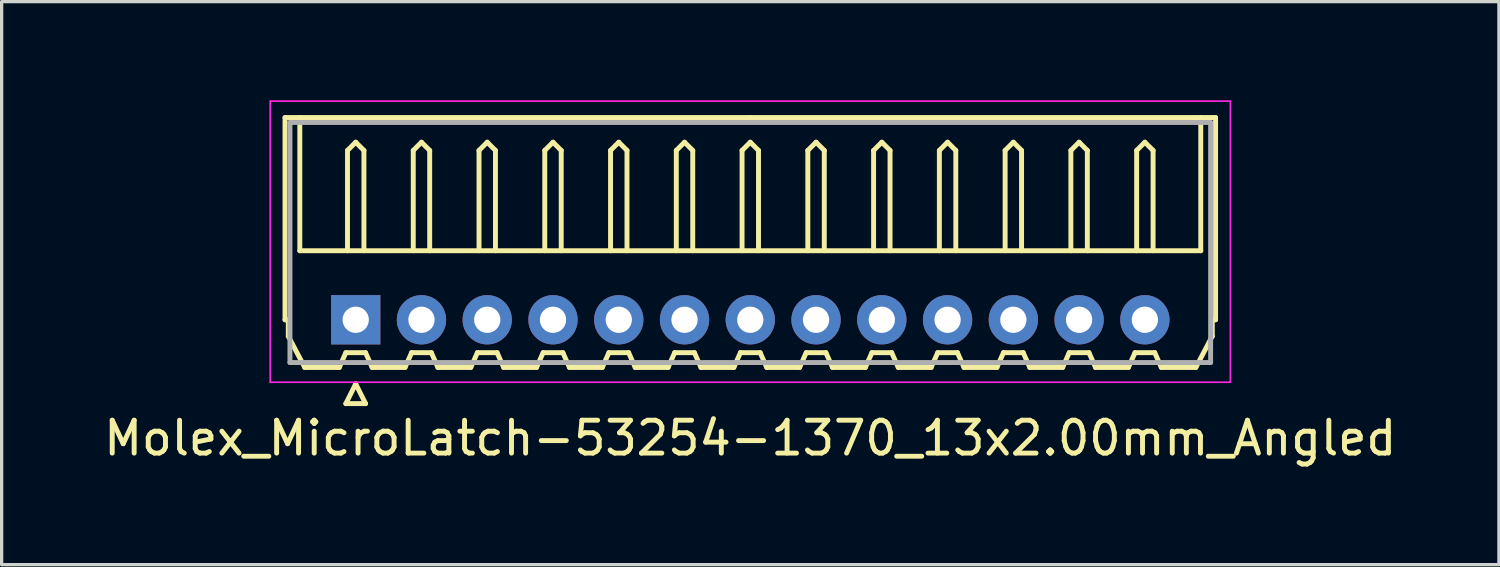
<source format=kicad_pcb>
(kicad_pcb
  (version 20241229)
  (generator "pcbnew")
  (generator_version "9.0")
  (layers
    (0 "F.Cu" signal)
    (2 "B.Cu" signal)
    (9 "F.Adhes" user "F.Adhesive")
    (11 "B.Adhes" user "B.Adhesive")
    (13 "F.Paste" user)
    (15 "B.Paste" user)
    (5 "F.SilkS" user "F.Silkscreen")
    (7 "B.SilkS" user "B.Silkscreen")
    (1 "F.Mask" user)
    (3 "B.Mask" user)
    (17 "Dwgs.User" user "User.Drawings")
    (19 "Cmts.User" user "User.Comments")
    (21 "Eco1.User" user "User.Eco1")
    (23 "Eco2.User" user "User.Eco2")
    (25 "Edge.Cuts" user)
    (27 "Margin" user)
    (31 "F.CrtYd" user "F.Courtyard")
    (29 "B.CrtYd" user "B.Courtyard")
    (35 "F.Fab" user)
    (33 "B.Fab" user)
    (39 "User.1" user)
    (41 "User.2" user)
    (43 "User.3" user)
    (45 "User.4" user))
  (footprint "Molex_MicroLatch-53254-1370_13x2.00mm_Angled"
    (layer "F.Cu")
    (at 7.768 6.675)
    (property "Reference" "Molex_MicroLatch-53254-1370_13x2.00mm_Angled" (at 12 3.6 0) (layer "F.SilkS") (effects (font (size 1 1) (thickness 0.15))))
    (attr through_hole)
    (fp_line (start -2.15 -6.15) (end 12 -6.15) (stroke (width 0.15) (type solid)) (layer "F.SilkS"))
    (fp_line (start -2.15 0) (end -2.15 -6.15) (stroke (width 0.15) (type solid)) (layer "F.SilkS"))
    (fp_line (start -2.05 0) (end -2.15 0) (stroke (width 0.15) (type solid)) (layer "F.SilkS"))
    (fp_line (start -2.05 0.5) (end -2.05 0) (stroke (width 0.15) (type solid)) (layer "F.SilkS"))
    (fp_line (start -1.7 -6.15) (end -1.7 -2.1) (stroke (width 0.15) (type solid)) (layer "F.SilkS"))
    (fp_line (start -1.7 -2.1) (end 25.7 -2.1) (stroke (width 0.15) (type solid)) (layer "F.SilkS"))
    (fp_line (start -1.55 1.45) (end -2.05 0.5) (stroke (width 0.15) (type solid)) (layer "F.SilkS"))
    (fp_line (start -0.5 1.45) (end -1.55 1.45) (stroke (width 0.15) (type solid)) (layer "F.SilkS"))
    (fp_line (start -0.3 1) (end -0.5 1.45) (stroke (width 0.15) (type solid)) (layer "F.SilkS"))
    (fp_line (start -0.3 1) (end 0.3 1) (stroke (width 0.15) (type solid)) (layer "F.SilkS"))
    (fp_line (start -0.3 2.55) (end 0.3 2.55) (stroke (width 0.15) (type solid)) (layer "F.SilkS"))
    (fp_line (start -0.25 -5.15) (end 0 -5.4) (stroke (width 0.15) (type solid)) (layer "F.SilkS"))
    (fp_line (start -0.25 -2.1) (end -0.25 -5.15) (stroke (width 0.15) (type solid)) (layer "F.SilkS"))
    (fp_line (start 0 -5.4) (end 0.25 -5.15) (stroke (width 0.15) (type solid)) (layer "F.SilkS"))
    (fp_line (start 0 1.95) (end -0.3 2.55) (stroke (width 0.15) (type solid)) (layer "F.SilkS"))
    (fp_line (start 0.25 -5.15) (end 0.25 -2.1) (stroke (width 0.15) (type solid)) (layer "F.SilkS"))
    (fp_line (start 0.3 1) (end 0.5 1.45) (stroke (width 0.15) (type solid)) (layer "F.SilkS"))
    (fp_line (start 0.3 2.55) (end 0 1.95) (stroke (width 0.15) (type solid)) (layer "F.SilkS"))
    (fp_line (start 0.5 1.45) (end 1.5 1.45) (stroke (width 0.15) (type solid)) (layer "F.SilkS"))
    (fp_line (start 1.5 1.45) (end 1.7 1) (stroke (width 0.15) (type solid)) (layer "F.SilkS"))
    (fp_line (start 1.7 1) (end 2.3 1) (stroke (width 0.15) (type solid)) (layer "F.SilkS"))
    (fp_line (start 1.75 -5.15) (end 2 -5.4) (stroke (width 0.15) (type solid)) (layer "F.SilkS"))
    (fp_line (start 1.75 -2.1) (end 1.75 -5.15) (stroke (width 0.15) (type solid)) (layer "F.SilkS"))
    (fp_line (start 2 -5.4) (end 2.25 -5.15) (stroke (width 0.15) (type solid)) (layer "F.SilkS"))
    (fp_line (start 2.25 -5.15) (end 2.25 -2.1) (stroke (width 0.15) (type solid)) (layer "F.SilkS"))
    (fp_line (start 2.3 1) (end 2.5 1.45) (stroke (width 0.15) (type solid)) (layer "F.SilkS"))
    (fp_line (start 2.5 1.45) (end 3.5 1.45) (stroke (width 0.15) (type solid)) (layer "F.SilkS"))
    (fp_line (start 3.5 1.45) (end 3.7 1) (stroke (width 0.15) (type solid)) (layer "F.SilkS"))
    (fp_line (start 3.7 1) (end 4.3 1) (stroke (width 0.15) (type solid)) (layer "F.SilkS"))
    (fp_line (start 3.75 -5.15) (end 4 -5.4) (stroke (width 0.15) (type solid)) (layer "F.SilkS"))
    (fp_line (start 3.75 -2.1) (end 3.75 -5.15) (stroke (width 0.15) (type solid)) (layer "F.SilkS"))
    (fp_line (start 4 -5.4) (end 4.25 -5.15) (stroke (width 0.15) (type solid)) (layer "F.SilkS"))
    (fp_line (start 4.25 -5.15) (end 4.25 -2.1) (stroke (width 0.15) (type solid)) (layer "F.SilkS"))
    (fp_line (start 4.3 1) (end 4.5 1.45) (stroke (width 0.15) (type solid)) (layer "F.SilkS"))
    (fp_line (start 4.5 1.45) (end 5.5 1.45) (stroke (width 0.15) (type solid)) (layer "F.SilkS"))
    (fp_line (start 5.5 1.45) (end 5.7 1) (stroke (width 0.15) (type solid)) (layer "F.SilkS"))
    (fp_line (start 5.7 1) (end 6.3 1) (stroke (width 0.15) (type solid)) (layer "F.SilkS"))
    (fp_line (start 5.75 -5.15) (end 6 -5.4) (stroke (width 0.15) (type solid)) (layer "F.SilkS"))
    (fp_line (start 5.75 -2.1) (end 5.75 -5.15) (stroke (width 0.15) (type solid)) (layer "F.SilkS"))
    (fp_line (start 6 -5.4) (end 6.25 -5.15) (stroke (width 0.15) (type solid)) (layer "F.SilkS"))
    (fp_line (start 6.25 -5.15) (end 6.25 -2.1) (stroke (width 0.15) (type solid)) (layer "F.SilkS"))
    (fp_line (start 6.3 1) (end 6.5 1.45) (stroke (width 0.15) (type solid)) (layer "F.SilkS"))
    (fp_line (start 6.5 1.45) (end 7.5 1.45) (stroke (width 0.15) (type solid)) (layer "F.SilkS"))
    (fp_line (start 7.5 1.45) (end 7.7 1) (stroke (width 0.15) (type solid)) (layer "F.SilkS"))
    (fp_line (start 7.7 1) (end 8.3 1) (stroke (width 0.15) (type solid)) (layer "F.SilkS"))
    (fp_line (start 7.75 -5.15) (end 8 -5.4) (stroke (width 0.15) (type solid)) (layer "F.SilkS"))
    (fp_line (start 7.75 -2.1) (end 7.75 -5.15) (stroke (width 0.15) (type solid)) (layer "F.SilkS"))
    (fp_line (start 8 -5.4) (end 8.25 -5.15) (stroke (width 0.15) (type solid)) (layer "F.SilkS"))
    (fp_line (start 8.25 -5.15) (end 8.25 -2.1) (stroke (width 0.15) (type solid)) (layer "F.SilkS"))
    (fp_line (start 8.3 1) (end 8.5 1.45) (stroke (width 0.15) (type solid)) (layer "F.SilkS"))
    (fp_line (start 8.5 1.45) (end 9.5 1.45) (stroke (width 0.15) (type solid)) (layer "F.SilkS"))
    (fp_line (start 9.5 1.45) (end 9.7 1) (stroke (width 0.15) (type solid)) (layer "F.SilkS"))
    (fp_line (start 9.7 1) (end 10.3 1) (stroke (width 0.15) (type solid)) (layer "F.SilkS"))
    (fp_line (start 9.75 -5.15) (end 10 -5.4) (stroke (width 0.15) (type solid)) (layer "F.SilkS"))
    (fp_line (start 9.75 -2.1) (end 9.75 -5.15) (stroke (width 0.15) (type solid)) (layer "F.SilkS"))
    (fp_line (start 10 -5.4) (end 10.25 -5.15) (stroke (width 0.15) (type solid)) (layer "F.SilkS"))
    (fp_line (start 10.25 -5.15) (end 10.25 -2.1) (stroke (width 0.15) (type solid)) (layer "F.SilkS"))
    (fp_line (start 10.3 1) (end 10.5 1.45) (stroke (width 0.15) (type solid)) (layer "F.SilkS"))
    (fp_line (start 10.5 1.45) (end 11.5 1.45) (stroke (width 0.15) (type solid)) (layer "F.SilkS"))
    (fp_line (start 11.5 1.45) (end 11.7 1) (stroke (width 0.15) (type solid)) (layer "F.SilkS"))
    (fp_line (start 11.7 1) (end 12.3 1) (stroke (width 0.15) (type solid)) (layer "F.SilkS"))
    (fp_line (start 11.75 -5.15) (end 12 -5.4) (stroke (width 0.15) (type solid)) (layer "F.SilkS"))
    (fp_line (start 11.75 -2.1) (end 11.75 -5.15) (stroke (width 0.15) (type solid)) (layer "F.SilkS"))
    (fp_line (start 12 -5.4) (end 12.25 -5.15) (stroke (width 0.15) (type solid)) (layer "F.SilkS"))
    (fp_line (start 12.25 -5.15) (end 12.25 -2.1) (stroke (width 0.15) (type solid)) (layer "F.SilkS"))
    (fp_line (start 12.3 1) (end 12.5 1.45) (stroke (width 0.15) (type solid)) (layer "F.SilkS"))
    (fp_line (start 12.5 1.45) (end 13.5 1.45) (stroke (width 0.15) (type solid)) (layer "F.SilkS"))
    (fp_line (start 13.5 1.45) (end 13.7 1) (stroke (width 0.15) (type solid)) (layer "F.SilkS"))
    (fp_line (start 13.7 1) (end 14.3 1) (stroke (width 0.15) (type solid)) (layer "F.SilkS"))
    (fp_line (start 13.75 -5.15) (end 14 -5.4) (stroke (width 0.15) (type solid)) (layer "F.SilkS"))
    (fp_line (start 13.75 -2.1) (end 13.75 -5.15) (stroke (width 0.15) (type solid)) (layer "F.SilkS"))
    (fp_line (start 14 -5.4) (end 14.25 -5.15) (stroke (width 0.15) (type solid)) (layer "F.SilkS"))
    (fp_line (start 14.25 -5.15) (end 14.25 -2.1) (stroke (width 0.15) (type solid)) (layer "F.SilkS"))
    (fp_line (start 14.3 1) (end 14.5 1.45) (stroke (width 0.15) (type solid)) (layer "F.SilkS"))
    (fp_line (start 14.5 1.45) (end 15.5 1.45) (stroke (width 0.15) (type solid)) (layer "F.SilkS"))
    (fp_line (start 15.5 1.45) (end 15.7 1) (stroke (width 0.15) (type solid)) (layer "F.SilkS"))
    (fp_line (start 15.7 1) (end 16.3 1) (stroke (width 0.15) (type solid)) (layer "F.SilkS"))
    (fp_line (start 15.75 -5.15) (end 16 -5.4) (stroke (width 0.15) (type solid)) (layer "F.SilkS"))
    (fp_line (start 15.75 -2.1) (end 15.75 -5.15) (stroke (width 0.15) (type solid)) (layer "F.SilkS"))
    (fp_line (start 16 -5.4) (end 16.25 -5.15) (stroke (width 0.15) (type solid)) (layer "F.SilkS"))
    (fp_line (start 16.25 -5.15) (end 16.25 -2.1) (stroke (width 0.15) (type solid)) (layer "F.SilkS"))
    (fp_line (start 16.3 1) (end 16.5 1.45) (stroke (width 0.15) (type solid)) (layer "F.SilkS"))
    (fp_line (start 16.5 1.45) (end 17.5 1.45) (stroke (width 0.15) (type solid)) (layer "F.SilkS"))
    (fp_line (start 17.5 1.45) (end 17.7 1) (stroke (width 0.15) (type solid)) (layer "F.SilkS"))
    (fp_line (start 17.7 1) (end 18.3 1) (stroke (width 0.15) (type solid)) (layer "F.SilkS"))
    (fp_line (start 17.75 -5.15) (end 18 -5.4) (stroke (width 0.15) (type solid)) (layer "F.SilkS"))
    (fp_line (start 17.75 -2.1) (end 17.75 -5.15) (stroke (width 0.15) (type solid)) (layer "F.SilkS"))
    (fp_line (start 18 -5.4) (end 18.25 -5.15) (stroke (width 0.15) (type solid)) (layer "F.SilkS"))
    (fp_line (start 18.25 -5.15) (end 18.25 -2.1) (stroke (width 0.15) (type solid)) (layer "F.SilkS"))
    (fp_line (start 18.3 1) (end 18.5 1.45) (stroke (width 0.15) (type solid)) (layer "F.SilkS"))
    (fp_line (start 18.5 1.45) (end 19.5 1.45) (stroke (width 0.15) (type solid)) (layer "F.SilkS"))
    (fp_line (start 19.5 1.45) (end 19.7 1) (stroke (width 0.15) (type solid)) (layer "F.SilkS"))
    (fp_line (start 19.7 1) (end 20.3 1) (stroke (width 0.15) (type solid)) (layer "F.SilkS"))
    (fp_line (start 19.75 -5.15) (end 20 -5.4) (stroke (width 0.15) (type solid)) (layer "F.SilkS"))
    (fp_line (start 19.75 -2.1) (end 19.75 -5.15) (stroke (width 0.15) (type solid)) (layer "F.SilkS"))
    (fp_line (start 20 -5.4) (end 20.25 -5.15) (stroke (width 0.15) (type solid)) (layer "F.SilkS"))
    (fp_line (start 20.25 -5.15) (end 20.25 -2.1) (stroke (width 0.15) (type solid)) (layer "F.SilkS"))
    (fp_line (start 20.3 1) (end 20.5 1.45) (stroke (width 0.15) (type solid)) (layer "F.SilkS"))
    (fp_line (start 20.5 1.45) (end 21.5 1.45) (stroke (width 0.15) (type solid)) (layer "F.SilkS"))
    (fp_line (start 21.5 1.45) (end 21.7 1) (stroke (width 0.15) (type solid)) (layer "F.SilkS"))
    (fp_line (start 21.7 1) (end 22.3 1) (stroke (width 0.15) (type solid)) (layer "F.SilkS"))
    (fp_line (start 21.75 -5.15) (end 22 -5.4) (stroke (width 0.15) (type solid)) (layer "F.SilkS"))
    (fp_line (start 21.75 -2.1) (end 21.75 -5.15) (stroke (width 0.15) (type solid)) (layer "F.SilkS"))
    (fp_line (start 22 -5.4) (end 22.25 -5.15) (stroke (width 0.15) (type solid)) (layer "F.SilkS"))
    (fp_line (start 22.25 -5.15) (end 22.25 -2.1) (stroke (width 0.15) (type solid)) (layer "F.SilkS"))
    (fp_line (start 22.3 1) (end 22.5 1.45) (stroke (width 0.15) (type solid)) (layer "F.SilkS"))
    (fp_line (start 22.5 1.45) (end 23.5 1.45) (stroke (width 0.15) (type solid)) (layer "F.SilkS"))
    (fp_line (start 23.5 1.45) (end 23.7 1) (stroke (width 0.15) (type solid)) (layer "F.SilkS"))
    (fp_line (start 23.7 1) (end 24.3 1) (stroke (width 0.15) (type solid)) (layer "F.SilkS"))
    (fp_line (start 23.75 -5.15) (end 24 -5.4) (stroke (width 0.15) (type solid)) (layer "F.SilkS"))
    (fp_line (start 23.75 -2.1) (end 23.75 -5.15) (stroke (width 0.15) (type solid)) (layer "F.SilkS"))
    (fp_line (start 24 -5.4) (end 24.25 -5.15) (stroke (width 0.15) (type solid)) (layer "F.SilkS"))
    (fp_line (start 24.25 -5.15) (end 24.25 -2.1) (stroke (width 0.15) (type solid)) (layer "F.SilkS"))
    (fp_line (start 24.3 1) (end 24.5 1.45) (stroke (width 0.15) (type solid)) (layer "F.SilkS"))
    (fp_line (start 24.5 1.45) (end 25.55 1.45) (stroke (width 0.15) (type solid)) (layer "F.SilkS"))
    (fp_line (start 25.55 1.45) (end 26.05 0.5) (stroke (width 0.15) (type solid)) (layer "F.SilkS"))
    (fp_line (start 25.7 -2.1) (end 25.7 -6.15) (stroke (width 0.15) (type solid)) (layer "F.SilkS"))
    (fp_line (start 26.05 0) (end 26.15 0) (stroke (width 0.15) (type solid)) (layer "F.SilkS"))
    (fp_line (start 26.05 0.5) (end 26.05 0) (stroke (width 0.15) (type solid)) (layer "F.SilkS"))
    (fp_line (start 26.15 -6.15) (end 12 -6.15) (stroke (width 0.15) (type solid)) (layer "F.SilkS"))
    (fp_line (start 26.15 0) (end 26.15 -6.15) (stroke (width 0.15) (type solid)) (layer "F.SilkS"))
    (fp_line (start -2.6 -6.65) (end -2.6 1.9) (stroke (width 0.05) (type solid)) (layer "F.CrtYd"))
    (fp_line (start -2.6 1.9) (end 26.6 1.9) (stroke (width 0.05) (type solid)) (layer "F.CrtYd"))
    (fp_line (start 26.6 -6.65) (end -2.6 -6.65) (stroke (width 0.05) (type solid)) (layer "F.CrtYd"))
    (fp_line (start 26.6 1.9) (end 26.6 -6.65) (stroke (width 0.05) (type solid)) (layer "F.CrtYd"))
    (fp_line (start -2 -6) (end -2 1.3) (stroke (width 0.15) (type solid)) (layer "F.Fab"))
    (fp_line (start -2 1.3) (end 26 1.3) (stroke (width 0.15) (type solid)) (layer "F.Fab"))
    (fp_line (start 26 -6) (end -2 -6) (stroke (width 0.15) (type solid)) (layer "F.Fab"))
    (fp_line (start 26 1.3) (end 26 -6) (stroke (width 0.15) (type solid)) (layer "F.Fab"))
    (pad "1" thru_hole rect (at 0 0) (size 1.5 1.5) (drill 0.8) (layers "*.Cu" "*.Mask"))
    (pad "2" thru_hole circle (at 2 0) (size 1.5 1.5) (drill 0.8) (layers "*.Cu" "*.Mask"))
    (pad "3" thru_hole circle (at 4 0) (size 1.5 1.5) (drill 0.8) (layers "*.Cu" "*.Mask"))
    (pad "4" thru_hole circle (at 6 0) (size 1.5 1.5) (drill 0.8) (layers "*.Cu" "*.Mask"))
    (pad "5" thru_hole circle (at 8 0) (size 1.5 1.5) (drill 0.8) (layers "*.Cu" "*.Mask"))
    (pad "6" thru_hole circle (at 10 0) (size 1.5 1.5) (drill 0.8) (layers "*.Cu" "*.Mask"))
    (pad "7" thru_hole circle (at 12 0) (size 1.5 1.5) (drill 0.8) (layers "*.Cu" "*.Mask"))
    (pad "8" thru_hole circle (at 14 0) (size 1.5 1.5) (drill 0.8) (layers "*.Cu" "*.Mask"))
    (pad "9" thru_hole circle (at 16 0) (size 1.5 1.5) (drill 0.8) (layers "*.Cu" "*.Mask"))
    (pad "10" thru_hole circle (at 18 0) (size 1.5 1.5) (drill 0.8) (layers "*.Cu" "*.Mask"))
    (pad "11" thru_hole circle (at 20 0) (size 1.5 1.5) (drill 0.8) (layers "*.Cu" "*.Mask"))
    (pad "12" thru_hole circle (at 22 0) (size 1.5 1.5) (drill 0.8) (layers "*.Cu" "*.Mask"))
    (pad "13" thru_hole circle (at 24 0) (size 1.5 1.5) (drill 0.8) (layers "*.Cu" "*.Mask")))
  (gr_rect
    (start -3 -3)
    (end 42.536 14.123)
    (stroke (width 0.1) (type default))
    (fill no)
    (layer "Edge.Cuts")))
</source>
